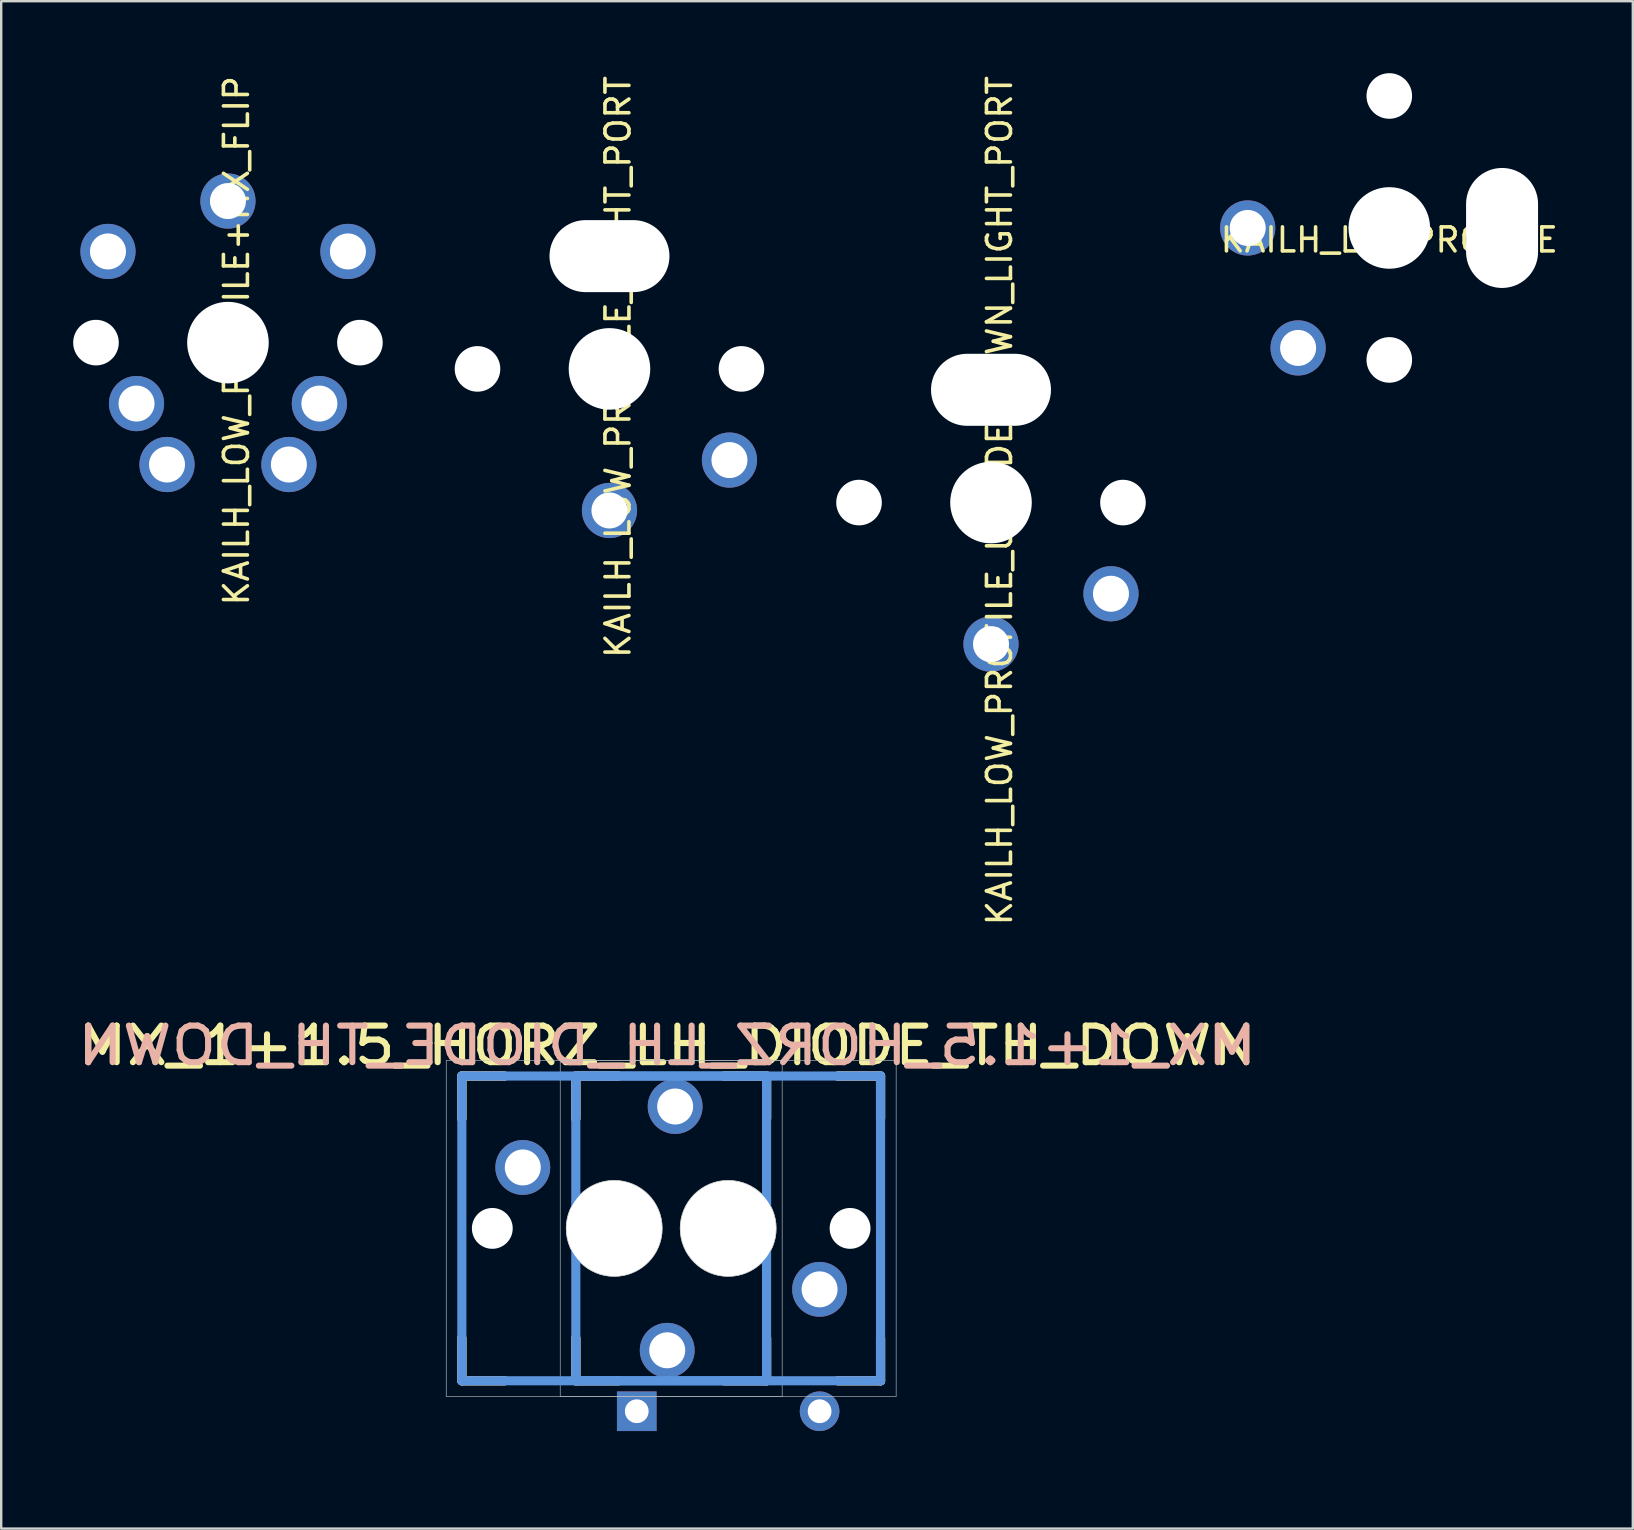
<source format=kicad_pcb>
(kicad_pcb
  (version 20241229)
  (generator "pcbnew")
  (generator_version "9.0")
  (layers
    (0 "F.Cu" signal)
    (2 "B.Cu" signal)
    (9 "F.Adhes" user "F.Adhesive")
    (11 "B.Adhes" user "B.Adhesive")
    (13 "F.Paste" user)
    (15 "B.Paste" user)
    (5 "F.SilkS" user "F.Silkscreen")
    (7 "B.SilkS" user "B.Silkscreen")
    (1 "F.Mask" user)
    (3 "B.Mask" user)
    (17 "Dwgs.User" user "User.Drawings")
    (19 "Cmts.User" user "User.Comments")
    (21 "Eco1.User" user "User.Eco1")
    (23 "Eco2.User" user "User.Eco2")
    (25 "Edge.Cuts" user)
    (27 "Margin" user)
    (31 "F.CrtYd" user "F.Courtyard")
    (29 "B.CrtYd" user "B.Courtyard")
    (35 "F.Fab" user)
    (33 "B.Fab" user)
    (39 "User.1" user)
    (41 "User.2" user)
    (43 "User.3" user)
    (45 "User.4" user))
  (footprint "KAILH_LOW_PROFILE_UPSIDE_DOWN_LIGHT_PORT"
    (layer "F.Cu")
    (at 38.25 17.895)
    (property "Reference" "KAILH_LOW_PROFILE_UPSIDE_DOWN_LIGHT_PORT" (at 0.356 -0.08 90) (layer "F.SilkS") (effects (font (size 1 1) (thickness 0.15))))
    (attr through_hole)
    (pad "" np_thru_hole circle (at -5.5 0 90) (size 1.9 1.9) (drill 1.9) (layers "*.Cu" "*.Mask"))
    (pad "" np_thru_hole oval (at 0 -4.7 90) (size 3 5) (drill oval 3 5) (layers "*.Cu" "*.Mask"))
    (pad "" np_thru_hole circle (at 0 0 90) (size 3.4 3.4) (drill 3.4) (layers "*.Cu" "*.Mask"))
    (pad "" thru_hole circle (at 0 5.9 90) (size 2.3 2.3) (drill 1.5) (layers "*.Cu" "*.Mask"))
    (pad "" thru_hole circle (at 5 3.8 90) (size 2.3 2.3) (drill 1.5) (layers "*.Cu" "*.Mask"))
    (pad "" np_thru_hole circle (at 5.5 0 90) (size 1.9 1.9) (drill 1.9) (layers "*.Cu" "*.Mask")))
  (footprint "KAILH_LOWPROFILE"
    (layer "F.Cu")
    (at 54.849 6.45)
    (property "Reference" "KAILH_LOWPROFILE" (at 0 0.5 0) (layer "F.SilkS") (effects (font (size 1 1) (thickness 0.15))))
    (attr through_hole)
    (pad "" thru_hole circle (at -5.9 0) (size 2.3 2.3) (drill 1.5) (layers "*.Cu" "*.Mask"))
    (pad "" thru_hole circle (at -3.8 5) (size 2.3 2.3) (drill 1.5) (layers "*.Cu" "*.Mask"))
    (pad "" np_thru_hole circle (at 0 -5.5) (size 1.9 1.9) (drill 1.9) (layers "*.Cu" "*.Mask"))
    (pad "" np_thru_hole circle (at 0 0) (size 3.4 3.4) (drill oval 3.4) (layers "*.Cu" "*.Mask"))
    (pad "" np_thru_hole circle (at 0 5.5) (size 1.9 1.9) (drill 1.9) (layers "*.Cu" "*.Mask"))
    (pad "" np_thru_hole oval (at 4.7 0) (size 3 5) (drill oval 3 5) (layers "*.Cu" "*.Mask")))
  (footprint "MX_1+1.5_HORZ_LH_DIODE_TH_DOWN"
    (layer "F.Cu")
    (at 27.297 48.144)
    (property "Reference" "MX_1+1.5_HORZ_LH_DIODE_TH_DOWN" (at -2.54 -7.62 0) (layer "F.SilkS") (effects (font (size 1.524 1.778) (thickness 0.254))))
    (attr through_hole)
    (fp_line (start -11.1 -6.35) (end -9.322 -6.35) (stroke (width 0.381) (type solid)) (layer "F.SilkS"))
    (fp_line (start -11.1 -4.572) (end -11.1 -6.35) (stroke (width 0.381) (type solid)) (layer "F.SilkS"))
    (fp_line (start -11.1 6.35) (end -11.1 4.572) (stroke (width 0.381) (type solid)) (layer "F.SilkS"))
    (fp_line (start -9.322 6.35) (end -11.1 6.35) (stroke (width 0.381) (type solid)) (layer "F.SilkS"))
    (fp_line (start -6.35 -6.35) (end -4.572 -6.35) (stroke (width 0.381) (type solid)) (layer "F.SilkS"))
    (fp_line (start -6.35 -4.572) (end -6.35 -6.35) (stroke (width 0.381) (type solid)) (layer "F.SilkS"))
    (fp_line (start -6.35 6.35) (end -6.35 4.572) (stroke (width 0.381) (type solid)) (layer "F.SilkS"))
    (fp_line (start -4.572 6.35) (end -6.35 6.35) (stroke (width 0.381) (type solid)) (layer "F.SilkS"))
    (fp_line (start -0.178 -6.35) (end 1.6 -6.35) (stroke (width 0.381) (type solid)) (layer "F.SilkS"))
    (fp_line (start 1.6 -6.35) (end 1.6 -4.572) (stroke (width 0.381) (type solid)) (layer "F.SilkS"))
    (fp_line (start 1.6 4.572) (end 1.6 6.35) (stroke (width 0.381) (type solid)) (layer "F.SilkS"))
    (fp_line (start 1.6 6.35) (end -0.178 6.35) (stroke (width 0.381) (type solid)) (layer "F.SilkS"))
    (fp_line (start 4.572 -6.35) (end 6.35 -6.35) (stroke (width 0.381) (type solid)) (layer "F.SilkS"))
    (fp_line (start 6.35 -6.35) (end 6.35 -4.572) (stroke (width 0.381) (type solid)) (layer "F.SilkS"))
    (fp_line (start 6.35 4.572) (end 6.35 6.35) (stroke (width 0.381) (type solid)) (layer "F.SilkS"))
    (fp_line (start 6.35 6.35) (end 4.572 6.35) (stroke (width 0.381) (type solid)) (layer "F.SilkS"))
    (fp_line (start -11.1 -6.35) (end -9.322 -6.35) (stroke (width 0.381) (type solid)) (layer "B.SilkS"))
    (fp_line (start -11.1 -4.572) (end -11.1 -6.35) (stroke (width 0.381) (type solid)) (layer "B.SilkS"))
    (fp_line (start -11.1 6.35) (end -11.1 4.572) (stroke (width 0.381) (type solid)) (layer "B.SilkS"))
    (fp_line (start -9.322 6.35) (end -11.1 6.35) (stroke (width 0.381) (type solid)) (layer "B.SilkS"))
    (fp_line (start -6.35 -6.35) (end -4.572 -6.35) (stroke (width 0.381) (type solid)) (layer "B.SilkS"))
    (fp_line (start -6.35 -4.572) (end -6.35 -6.35) (stroke (width 0.381) (type solid)) (layer "B.SilkS"))
    (fp_line (start -6.35 6.35) (end -6.35 4.572) (stroke (width 0.381) (type solid)) (layer "B.SilkS"))
    (fp_line (start -4.572 6.35) (end -6.35 6.35) (stroke (width 0.381) (type solid)) (layer "B.SilkS"))
    (fp_line (start -0.178 -6.35) (end 1.6 -6.35) (stroke (width 0.381) (type solid)) (layer "B.SilkS"))
    (fp_line (start 1.6 -6.35) (end 1.6 -4.572) (stroke (width 0.381) (type solid)) (layer "B.SilkS"))
    (fp_line (start 1.6 4.572) (end 1.6 6.35) (stroke (width 0.381) (type solid)) (layer "B.SilkS"))
    (fp_line (start 1.6 6.35) (end -0.178 6.35) (stroke (width 0.381) (type solid)) (layer "B.SilkS"))
    (fp_line (start 4.572 -6.35) (end 6.35 -6.35) (stroke (width 0.381) (type solid)) (layer "B.SilkS"))
    (fp_line (start 6.35 -6.35) (end 6.35 -4.572) (stroke (width 0.381) (type solid)) (layer "B.SilkS"))
    (fp_line (start 6.35 4.572) (end 6.35 6.35) (stroke (width 0.381) (type solid)) (layer "B.SilkS"))
    (fp_line (start 6.35 6.35) (end 4.572 6.35) (stroke (width 0.381) (type solid)) (layer "B.SilkS"))
    (fp_line (start -11.75 -7) (end -11.75 7) (stroke (width 0.025) (type solid)) (layer "Dwgs.User"))
    (fp_line (start -11.75 7) (end 2.25 7) (stroke (width 0.025) (type solid)) (layer "Dwgs.User"))
    (fp_line (start -7 -7) (end -7 7) (stroke (width 0.025) (type solid)) (layer "Dwgs.User"))
    (fp_line (start -7 7) (end 7 7) (stroke (width 0.025) (type solid)) (layer "Dwgs.User"))
    (fp_line (start 2.25 -7) (end -11.75 -7) (stroke (width 0.025) (type solid)) (layer "Dwgs.User"))
    (fp_line (start 2.25 7) (end 2.25 -7) (stroke (width 0.025) (type solid)) (layer "Dwgs.User"))
    (fp_line (start 7 -7) (end -7 -7) (stroke (width 0.025) (type solid)) (layer "Dwgs.User"))
    (fp_line (start 7 7) (end 7 -7) (stroke (width 0.025) (type solid)) (layer "Dwgs.User"))
    (fp_circle (center -4.75 0) (end -4.75 -2) (stroke (width 0.025) (type solid)) (fill no) (layer "Dwgs.User"))
    (fp_circle (center -4.75 0) (end -4.75 2) (stroke (width 0.025) (type solid)) (fill no) (layer "Dwgs.User"))
    (fp_circle (center 0 0) (end 0 -2) (stroke (width 0.025) (type solid)) (fill no) (layer "Dwgs.User"))
    (fp_circle (center 0 0) (end 0 2) (stroke (width 0.025) (type solid)) (fill no) (layer "Dwgs.User"))
    (fp_line (start -11.1 -6.35) (end 1.6 -6.35) (stroke (width 0.381) (type solid)) (layer "Cmts.User"))
    (fp_line (start -11.1 6.35) (end -11.1 -6.35) (stroke (width 0.381) (type solid)) (layer "Cmts.User"))
    (fp_line (start -6.35 -6.35) (end 6.35 -6.35) (stroke (width 0.381) (type solid)) (layer "Cmts.User"))
    (fp_line (start -6.35 6.35) (end -6.35 -6.35) (stroke (width 0.381) (type solid)) (layer "Cmts.User"))
    (fp_line (start 1.6 -6.35) (end 1.6 6.35) (stroke (width 0.381) (type solid)) (layer "Cmts.User"))
    (fp_line (start 1.6 6.35) (end -11.1 6.35) (stroke (width 0.381) (type solid)) (layer "Cmts.User"))
    (fp_line (start 6.35 -6.35) (end 6.35 6.35) (stroke (width 0.381) (type solid)) (layer "Cmts.User"))
    (fp_line (start 6.35 6.35) (end -6.35 6.35) (stroke (width 0.381) (type solid)) (layer "Cmts.User"))
    (fp_line (start -19 -9.5) (end -19 9.5) (stroke (width 0.025) (type solid)) (layer "Eco2.User"))
    (fp_line (start -19 9.5) (end 9.5 9.5) (stroke (width 0.025) (type solid)) (layer "Eco2.User"))
    (fp_line (start -9.5 9.5) (end -9.5 -9.5) (stroke (width 0.025) (type solid)) (layer "Eco2.User"))
    (fp_line (start -7 -7) (end -7 7) (stroke (width 0.025) (type solid)) (layer "Eco2.User"))
    (fp_line (start -7 -7) (end 7 -7) (stroke (width 0.025) (type solid)) (layer "Eco2.User"))
    (fp_line (start 7 -7) (end 7 7) (stroke (width 0.025) (type solid)) (layer "Eco2.User"))
    (fp_line (start 7 7) (end -7 7) (stroke (width 0.025) (type solid)) (layer "Eco2.User"))
    (fp_line (start 9.5 -9.5) (end -19 -9.5) (stroke (width 0.025) (type solid)) (layer "Eco2.User"))
    (fp_line (start 9.5 -9.5) (end 9.5 9.5) (stroke (width 0.025) (type solid)) (layer "Eco2.User"))
    (fp_text user "${REFERENCE}" (at -2.54 -7.62 180) (layer "B.SilkS") (effects (font (size 1.524 1.778) (thickness 0.254)) (justify mirror)))
    (pad "" np_thru_hole circle (at -9.83 0) (size 1.702 1.702) (drill 1.702) (layers "*.Cu" "*.Mask"))
    (pad "" np_thru_hole circle (at -4.75 0) (size 3.988 3.988) (drill 3.988) (layers "*.Cu" "*.Mask"))
    (pad "" np_thru_hole circle (at 0 0 180) (size 3.988 3.988) (drill 3.988) (layers "*.Cu" "*.Mask"))
    (pad "" np_thru_hole circle (at 5.08 0 180) (size 1.702 1.702) (drill 1.702) (layers "*.Cu" "*.Mask"))
    (pad "1" thru_hole circle (at -8.56 -2.54) (size 2.286 2.286) (drill 1.499) (layers "*.Cu" "*.Mask"))
    (pad "1" thru_hole circle (at -2.54 5.08 180) (size 2.286 2.286) (drill 1.499) (layers "*.Cu" "*.Mask"))
    (pad "2" thru_hole circle (at -2.21 -5.08) (size 2.286 2.286) (drill 1.499) (layers "*.Cu" "*.Mask"))
    (pad "2" thru_hole circle (at 3.81 2.54 180) (size 2.286 2.286) (drill 1.499) (layers "*.Cu" "*.Mask"))
    (pad "3" thru_hole circle (at 3.81 7.62 180) (size 1.651 1.651) (drill 0.991) (layers "*.Cu" "*.Mask"))
    (pad "4" thru_hole rect (at -3.81 7.62 180) (size 1.651 1.651) (drill 0.991) (layers "*.Cu" "*.Mask")))
  (footprint "KAILH_LOW_PROFILE+MX_FLIP"
    (layer "F.Cu")
    (at 6.45 11.229)
    (property "Reference" "KAILH_LOW_PROFILE+MX_FLIP" (at 0.356 -0.08 90) (layer "F.SilkS") (effects (font (size 1 1) (thickness 0.15))))
    (attr through_hole)
    (pad "" np_thru_hole circle (at -5.5 0 90) (size 1.9 1.9) (drill 1.9) (layers "*.Cu" "*.Mask"))
    (pad "" np_thru_hole circle (at 0 0 90) (size 3.4 3.4) (drill 3.4) (layers "*.Cu" "*.Mask"))
    (pad "" np_thru_hole circle (at 5.5 0 90) (size 1.9 1.9) (drill 1.9) (layers "*.Cu" "*.Mask"))
    (pad "1" thru_hole circle (at -3.81 2.54 90) (size 2.3 2.3) (drill 1.5) (layers "*.Cu" "*.Mask"))
    (pad "1" thru_hole circle (at -2.54 5.08 90) (size 2.3 2.3) (drill 1.5) (layers "*.Cu" "*.Mask"))
    (pad "1" thru_hole circle (at 0 -5.9 270) (size 2.3 2.3) (drill 1.5) (layers "*.Cu" "*.Mask"))
    (pad "2" thru_hole circle (at -5 -3.8 270) (size 2.3 2.3) (drill 1.5) (layers "*.Cu" "*.Mask"))
    (pad "2" thru_hole circle (at 2.54 5.08 90) (size 2.3 2.3) (drill 1.5) (layers "*.Cu" "*.Mask"))
    (pad "2" thru_hole circle (at 3.81 2.54 90) (size 2.3 2.3) (drill 1.5) (layers "*.Cu" "*.Mask"))
    (pad "2" thru_hole circle (at 5 -3.8 270) (size 2.3 2.3) (drill 1.5) (layers "*.Cu" "*.Mask")))
  (footprint "KAILH_LOW_PROFILE_LIGHT_PORT"
    (layer "F.Cu")
    (at 22.35 12.324)
    (property "Reference" "KAILH_LOW_PROFILE_LIGHT_PORT" (at 0.356 -0.08 90) (layer "F.SilkS") (effects (font (size 1 1) (thickness 0.15))))
    (attr through_hole)
    (pad "" np_thru_hole circle (at -5.5 0 90) (size 1.9 1.9) (drill 1.9) (layers "*.Cu" "*.Mask"))
    (pad "" np_thru_hole oval (at 0 -4.7 90) (size 3 5) (drill oval 3 5) (layers "*.Cu" "*.Mask"))
    (pad "" np_thru_hole circle (at 0 0 90) (size 3.4 3.4) (drill 3.4) (layers "*.Cu" "*.Mask"))
    (pad "" thru_hole circle (at 0 5.9 90) (size 2.3 2.3) (drill 1.5) (layers "*.Cu" "*.Mask"))
    (pad "" thru_hole circle (at 5 3.8 90) (size 2.3 2.3) (drill 1.5) (layers "*.Cu" "*.Mask"))
    (pad "" np_thru_hole circle (at 5.5 0 90) (size 1.9 1.9) (drill 1.9) (layers "*.Cu" "*.Mask")))
  (gr_rect
    (start -3 -3)
    (end 64.998 60.656)
    (stroke (width 0.1) (type default))
    (fill no)
    (layer "Edge.Cuts")))
</source>
